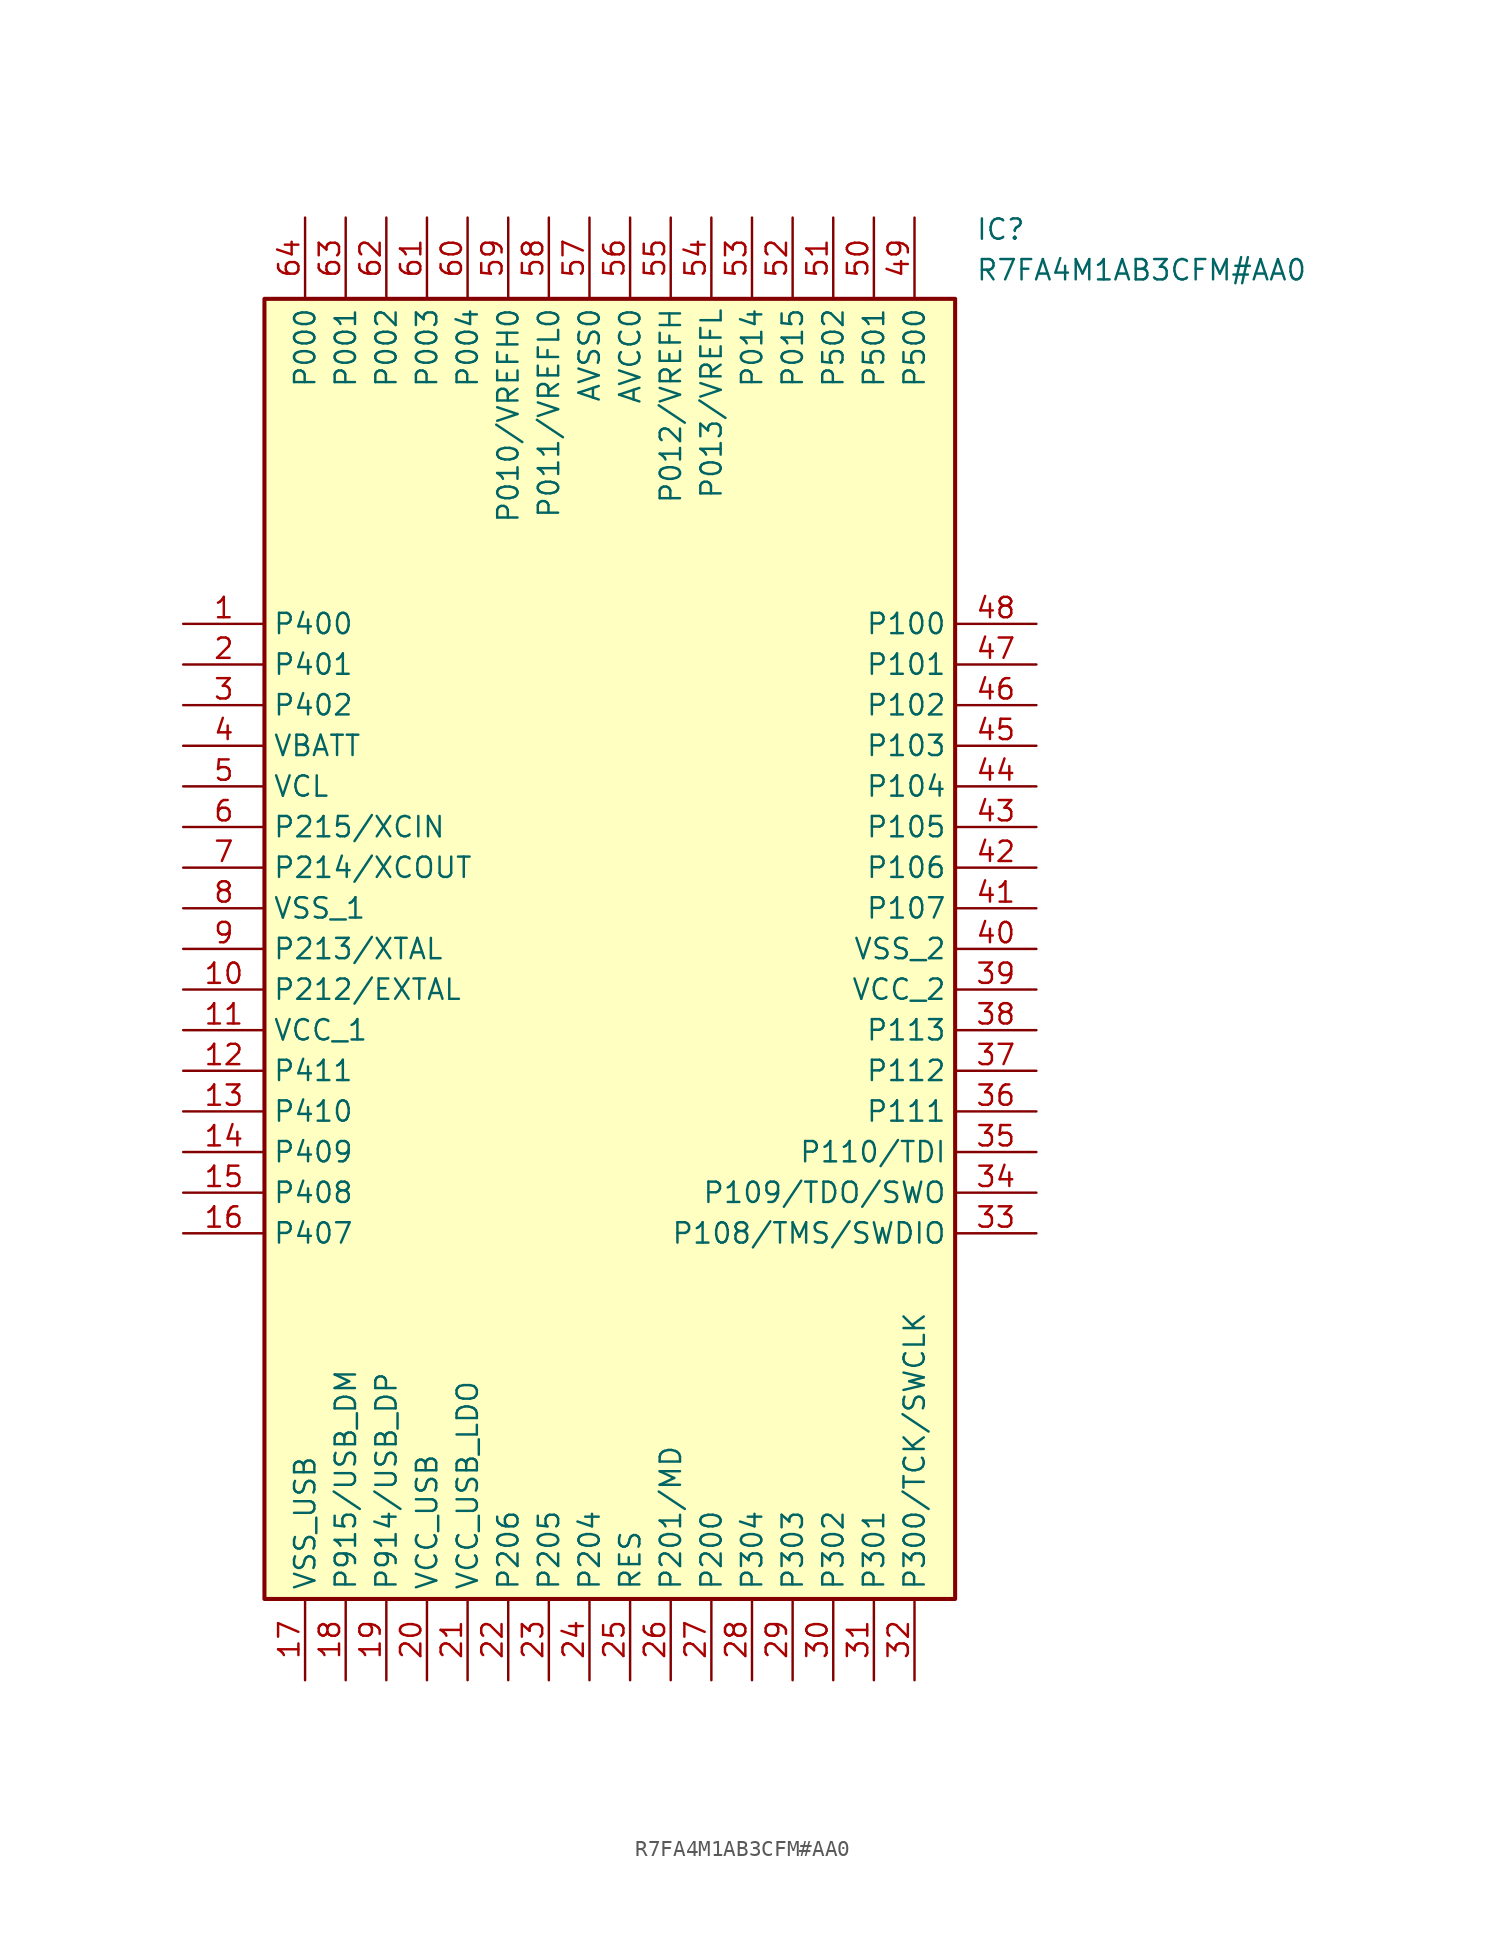
<source format=kicad_sym>
(kicad_symbol_lib
  (version 20211014)
  (generator SamacSys_ECAD_Model)
  (symbol "R7FA4M1AB3CFM#AA0"
    (property "Reference" "IC"
      (at 49.53 25.4 0)
      (effects (font (size 1.27 1.27)) (justify left top)))
    (property "Value" "R7FA4M1AB3CFM#AA0"
      (at 49.53 22.86 0)
      (effects (font (size 1.27 1.27)) (justify left top)))
    (rectangle
      (start 5.08 20.32)
      (end 48.26 -60.96)
      (stroke (width 0.254) (type default))
      (fill (type background)))
    (pin passive line
      (at 0 0 0)
      (length 5.08)
      (name "P400" (effects (font (size 1.27 1.27))))
      (number "1" (effects (font (size 1.27 1.27)))))
    (pin passive line
      (at 0 -2.54 0)
      (length 5.08)
      (name "P401" (effects (font (size 1.27 1.27))))
      (number "2" (effects (font (size 1.27 1.27)))))
    (pin passive line
      (at 0 -5.08 0)
      (length 5.08)
      (name "P402" (effects (font (size 1.27 1.27))))
      (number "3" (effects (font (size 1.27 1.27)))))
    (pin passive line
      (at 0 -7.62 0)
      (length 5.08)
      (name "VBATT" (effects (font (size 1.27 1.27))))
      (number "4" (effects (font (size 1.27 1.27)))))
    (pin passive line
      (at 0 -10.16 0)
      (length 5.08)
      (name "VCL" (effects (font (size 1.27 1.27))))
      (number "5" (effects (font (size 1.27 1.27)))))
    (pin passive line
      (at 0 -12.7 0)
      (length 5.08)
      (name "P215/XCIN" (effects (font (size 1.27 1.27))))
      (number "6" (effects (font (size 1.27 1.27)))))
    (pin passive line
      (at 0 -15.24 0)
      (length 5.08)
      (name "P214/XCOUT" (effects (font (size 1.27 1.27))))
      (number "7" (effects (font (size 1.27 1.27)))))
    (pin passive line
      (at 0 -17.78 0)
      (length 5.08)
      (name "VSS_1" (effects (font (size 1.27 1.27))))
      (number "8" (effects (font (size 1.27 1.27)))))
    (pin passive line
      (at 0 -20.32 0)
      (length 5.08)
      (name "P213/XTAL" (effects (font (size 1.27 1.27))))
      (number "9" (effects (font (size 1.27 1.27)))))
    (pin passive line
      (at 0 -22.86 0)
      (length 5.08)
      (name "P212/EXTAL" (effects (font (size 1.27 1.27))))
      (number "10" (effects (font (size 1.27 1.27)))))
    (pin passive line
      (at 0 -25.4 0)
      (length 5.08)
      (name "VCC_1" (effects (font (size 1.27 1.27))))
      (number "11" (effects (font (size 1.27 1.27)))))
    (pin passive line
      (at 0 -27.94 0)
      (length 5.08)
      (name "P411" (effects (font (size 1.27 1.27))))
      (number "12" (effects (font (size 1.27 1.27)))))
    (pin passive line
      (at 0 -30.48 0)
      (length 5.08)
      (name "P410" (effects (font (size 1.27 1.27))))
      (number "13" (effects (font (size 1.27 1.27)))))
    (pin passive line
      (at 0 -33.02 0)
      (length 5.08)
      (name "P409" (effects (font (size 1.27 1.27))))
      (number "14" (effects (font (size 1.27 1.27)))))
    (pin passive line
      (at 0 -35.56 0)
      (length 5.08)
      (name "P408" (effects (font (size 1.27 1.27))))
      (number "15" (effects (font (size 1.27 1.27)))))
    (pin passive line
      (at 0 -38.1 0)
      (length 5.08)
      (name "P407" (effects (font (size 1.27 1.27))))
      (number "16" (effects (font (size 1.27 1.27)))))
    (pin passive line
      (at 7.62 -66.04 90)
      (length 5.08)
      (name "VSS_USB" (effects (font (size 1.27 1.27))))
      (number "17" (effects (font (size 1.27 1.27)))))
    (pin passive line
      (at 10.16 -66.04 90)
      (length 5.08)
      (name "P915/USB_DM" (effects (font (size 1.27 1.27))))
      (number "18" (effects (font (size 1.27 1.27)))))
    (pin passive line
      (at 12.7 -66.04 90)
      (length 5.08)
      (name "P914/USB_DP" (effects (font (size 1.27 1.27))))
      (number "19" (effects (font (size 1.27 1.27)))))
    (pin passive line
      (at 15.24 -66.04 90)
      (length 5.08)
      (name "VCC_USB" (effects (font (size 1.27 1.27))))
      (number "20" (effects (font (size 1.27 1.27)))))
    (pin passive line
      (at 17.78 -66.04 90)
      (length 5.08)
      (name "VCC_USB_LDO" (effects (font (size 1.27 1.27))))
      (number "21" (effects (font (size 1.27 1.27)))))
    (pin passive line
      (at 20.32 -66.04 90)
      (length 5.08)
      (name "P206" (effects (font (size 1.27 1.27))))
      (number "22" (effects (font (size 1.27 1.27)))))
    (pin passive line
      (at 22.86 -66.04 90)
      (length 5.08)
      (name "P205" (effects (font (size 1.27 1.27))))
      (number "23" (effects (font (size 1.27 1.27)))))
    (pin passive line
      (at 25.4 -66.04 90)
      (length 5.08)
      (name "P204" (effects (font (size 1.27 1.27))))
      (number "24" (effects (font (size 1.27 1.27)))))
    (pin passive line
      (at 27.94 -66.04 90)
      (length 5.08)
      (name "RES" (effects (font (size 1.27 1.27))))
      (number "25" (effects (font (size 1.27 1.27)))))
    (pin passive line
      (at 30.48 -66.04 90)
      (length 5.08)
      (name "P201/MD" (effects (font (size 1.27 1.27))))
      (number "26" (effects (font (size 1.27 1.27)))))
    (pin passive line
      (at 33.02 -66.04 90)
      (length 5.08)
      (name "P200" (effects (font (size 1.27 1.27))))
      (number "27" (effects (font (size 1.27 1.27)))))
    (pin passive line
      (at 35.56 -66.04 90)
      (length 5.08)
      (name "P304" (effects (font (size 1.27 1.27))))
      (number "28" (effects (font (size 1.27 1.27)))))
    (pin passive line
      (at 38.1 -66.04 90)
      (length 5.08)
      (name "P303" (effects (font (size 1.27 1.27))))
      (number "29" (effects (font (size 1.27 1.27)))))
    (pin passive line
      (at 40.64 -66.04 90)
      (length 5.08)
      (name "P302" (effects (font (size 1.27 1.27))))
      (number "30" (effects (font (size 1.27 1.27)))))
    (pin passive line
      (at 43.18 -66.04 90)
      (length 5.08)
      (name "P301" (effects (font (size 1.27 1.27))))
      (number "31" (effects (font (size 1.27 1.27)))))
    (pin passive line
      (at 45.72 -66.04 90)
      (length 5.08)
      (name "P300/TCK/SWCLK" (effects (font (size 1.27 1.27))))
      (number "32" (effects (font (size 1.27 1.27)))))
    (pin passive line
      (at 53.34 0 180)
      (length 5.08)
      (name "P100" (effects (font (size 1.27 1.27))))
      (number "48" (effects (font (size 1.27 1.27)))))
    (pin passive line
      (at 53.34 -2.54 180)
      (length 5.08)
      (name "P101" (effects (font (size 1.27 1.27))))
      (number "47" (effects (font (size 1.27 1.27)))))
    (pin passive line
      (at 53.34 -5.08 180)
      (length 5.08)
      (name "P102" (effects (font (size 1.27 1.27))))
      (number "46" (effects (font (size 1.27 1.27)))))
    (pin passive line
      (at 53.34 -7.62 180)
      (length 5.08)
      (name "P103" (effects (font (size 1.27 1.27))))
      (number "45" (effects (font (size 1.27 1.27)))))
    (pin passive line
      (at 53.34 -10.16 180)
      (length 5.08)
      (name "P104" (effects (font (size 1.27 1.27))))
      (number "44" (effects (font (size 1.27 1.27)))))
    (pin passive line
      (at 53.34 -12.7 180)
      (length 5.08)
      (name "P105" (effects (font (size 1.27 1.27))))
      (number "43" (effects (font (size 1.27 1.27)))))
    (pin passive line
      (at 53.34 -15.24 180)
      (length 5.08)
      (name "P106" (effects (font (size 1.27 1.27))))
      (number "42" (effects (font (size 1.27 1.27)))))
    (pin passive line
      (at 53.34 -17.78 180)
      (length 5.08)
      (name "P107" (effects (font (size 1.27 1.27))))
      (number "41" (effects (font (size 1.27 1.27)))))
    (pin passive line
      (at 53.34 -20.32 180)
      (length 5.08)
      (name "VSS_2" (effects (font (size 1.27 1.27))))
      (number "40" (effects (font (size 1.27 1.27)))))
    (pin passive line
      (at 53.34 -22.86 180)
      (length 5.08)
      (name "VCC_2" (effects (font (size 1.27 1.27))))
      (number "39" (effects (font (size 1.27 1.27)))))
    (pin passive line
      (at 53.34 -25.4 180)
      (length 5.08)
      (name "P113" (effects (font (size 1.27 1.27))))
      (number "38" (effects (font (size 1.27 1.27)))))
    (pin passive line
      (at 53.34 -27.94 180)
      (length 5.08)
      (name "P112" (effects (font (size 1.27 1.27))))
      (number "37" (effects (font (size 1.27 1.27)))))
    (pin passive line
      (at 53.34 -30.48 180)
      (length 5.08)
      (name "P111" (effects (font (size 1.27 1.27))))
      (number "36" (effects (font (size 1.27 1.27)))))
    (pin passive line
      (at 53.34 -33.02 180)
      (length 5.08)
      (name "P110/TDI" (effects (font (size 1.27 1.27))))
      (number "35" (effects (font (size 1.27 1.27)))))
    (pin passive line
      (at 53.34 -35.56 180)
      (length 5.08)
      (name "P109/TDO/SWO" (effects (font (size 1.27 1.27))))
      (number "34" (effects (font (size 1.27 1.27)))))
    (pin passive line
      (at 53.34 -38.1 180)
      (length 5.08)
      (name "P108/TMS/SWDIO" (effects (font (size 1.27 1.27))))
      (number "33" (effects (font (size 1.27 1.27)))))
    (pin passive line
      (at 7.62 25.4 270)
      (length 5.08)
      (name "P000" (effects (font (size 1.27 1.27))))
      (number "64" (effects (font (size 1.27 1.27)))))
    (pin passive line
      (at 10.16 25.4 270)
      (length 5.08)
      (name "P001" (effects (font (size 1.27 1.27))))
      (number "63" (effects (font (size 1.27 1.27)))))
    (pin passive line
      (at 12.7 25.4 270)
      (length 5.08)
      (name "P002" (effects (font (size 1.27 1.27))))
      (number "62" (effects (font (size 1.27 1.27)))))
    (pin passive line
      (at 15.24 25.4 270)
      (length 5.08)
      (name "P003" (effects (font (size 1.27 1.27))))
      (number "61" (effects (font (size 1.27 1.27)))))
    (pin passive line
      (at 17.78 25.4 270)
      (length 5.08)
      (name "P004" (effects (font (size 1.27 1.27))))
      (number "60" (effects (font (size 1.27 1.27)))))
    (pin passive line
      (at 20.32 25.4 270)
      (length 5.08)
      (name "P010/VREFH0" (effects (font (size 1.27 1.27))))
      (number "59" (effects (font (size 1.27 1.27)))))
    (pin passive line
      (at 22.86 25.4 270)
      (length 5.08)
      (name "P011/VREFL0" (effects (font (size 1.27 1.27))))
      (number "58" (effects (font (size 1.27 1.27)))))
    (pin passive line
      (at 25.4 25.4 270)
      (length 5.08)
      (name "AVSS0" (effects (font (size 1.27 1.27))))
      (number "57" (effects (font (size 1.27 1.27)))))
    (pin passive line
      (at 27.94 25.4 270)
      (length 5.08)
      (name "AVCC0" (effects (font (size 1.27 1.27))))
      (number "56" (effects (font (size 1.27 1.27)))))
    (pin passive line
      (at 30.48 25.4 270)
      (length 5.08)
      (name "P012/VREFH" (effects (font (size 1.27 1.27))))
      (number "55" (effects (font (size 1.27 1.27)))))
    (pin passive line
      (at 33.02 25.4 270)
      (length 5.08)
      (name "P013/VREFL" (effects (font (size 1.27 1.27))))
      (number "54" (effects (font (size 1.27 1.27)))))
    (pin passive line
      (at 35.56 25.4 270)
      (length 5.08)
      (name "P014" (effects (font (size 1.27 1.27))))
      (number "53" (effects (font (size 1.27 1.27)))))
    (pin passive line
      (at 38.1 25.4 270)
      (length 5.08)
      (name "P015" (effects (font (size 1.27 1.27))))
      (number "52" (effects (font (size 1.27 1.27)))))
    (pin passive line
      (at 40.64 25.4 270)
      (length 5.08)
      (name "P502" (effects (font (size 1.27 1.27))))
      (number "51" (effects (font (size 1.27 1.27)))))
    (pin passive line
      (at 43.18 25.4 270)
      (length 5.08)
      (name "P501" (effects (font (size 1.27 1.27))))
      (number "50" (effects (font (size 1.27 1.27)))))
    (pin passive line
      (at 45.72 25.4 270)
      (length 5.08)
      (name "P500" (effects (font (size 1.27 1.27))))
      (number "49" (effects (font (size 1.27 1.27)))))))
</source>
